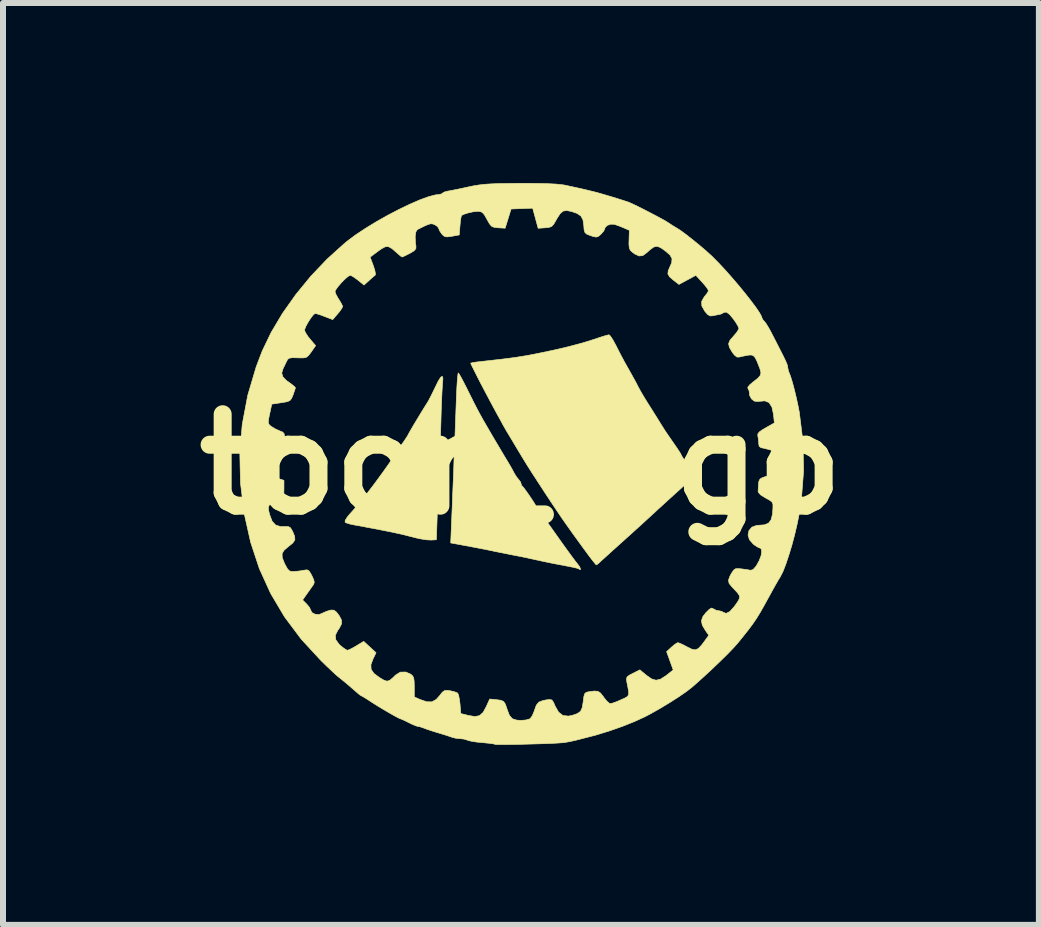
<source format=kicad_pcb>
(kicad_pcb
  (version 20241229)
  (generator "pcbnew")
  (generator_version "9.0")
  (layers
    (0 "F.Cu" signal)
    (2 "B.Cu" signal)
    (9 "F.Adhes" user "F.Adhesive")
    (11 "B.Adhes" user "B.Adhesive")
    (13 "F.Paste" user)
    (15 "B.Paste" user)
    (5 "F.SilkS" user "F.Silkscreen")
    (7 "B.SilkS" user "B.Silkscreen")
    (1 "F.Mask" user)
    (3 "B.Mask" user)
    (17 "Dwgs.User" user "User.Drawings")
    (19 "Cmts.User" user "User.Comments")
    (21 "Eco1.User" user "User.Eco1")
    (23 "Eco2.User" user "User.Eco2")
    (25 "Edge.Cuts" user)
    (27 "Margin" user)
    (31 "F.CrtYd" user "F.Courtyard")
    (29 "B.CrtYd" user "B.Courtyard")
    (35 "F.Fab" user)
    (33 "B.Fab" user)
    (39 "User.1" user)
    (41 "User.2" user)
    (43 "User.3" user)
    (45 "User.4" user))
  (footprint "toor_logo"
    (layer "F.Cu")
    (at 5.632 4.688)
    (property "Reference" "toor_logo" (at 0 0 0) (layer "F.SilkS") (effects (font (size 1.524 1.524) (thickness 0.3))))
    (attr through_hole)
    (fp_poly (pts (xy -1.301 -1.436) (xy -1.305 -1.368) (xy -1.31 -1.31) (xy -1.316 -1.21) (xy -1.322 -1.078) (xy -1.328 -0.924) (xy -1.333 -0.757) (xy -1.334 -0.711) (xy -1.34 -0.532) (xy -1.346 -0.354) (xy -1.352 -0.189) (xy -1.357 -0.049) (xy -1.362 0.053) (xy -1.363 0.064) (xy -1.368 0.165) (xy -1.375 0.304) (xy -1.381 0.467) (xy -1.388 0.64) (xy -1.393 0.775) (xy -1.41 1.257) (xy -1.499 1.262) (xy -1.573 1.258) (xy -1.67 1.243) (xy -1.74 1.228) (xy -1.839 1.203) (xy -1.933 1.179) (xy -1.981 1.167) (xy -2.05 1.152) (xy -2.156 1.129) (xy -2.286 1.103) (xy -2.428 1.075) (xy -2.568 1.049) (xy -2.693 1.025) (xy -2.769 1.012) (xy -2.85 0.995) (xy -2.911 0.976) (xy -2.931 0.965) (xy -2.929 0.934) (xy -2.893 0.877) (xy -2.855 0.831) (xy -2.805 0.775) (xy -2.762 0.726) (xy -2.718 0.673) (xy -2.662 0.605) (xy -2.586 0.51) (xy -2.563 0.482) (xy -2.51 0.413) (xy -2.443 0.325) (xy -2.371 0.227) (xy -2.298 0.127) (xy -2.232 0.034) (xy -2.178 -0.043) (xy -2.144 -0.096) (xy -2.134 -0.114) (xy -2.12 -0.139) (xy -2.083 -0.195) (xy -2.03 -0.272) (xy -2.007 -0.305) (xy -1.949 -0.386) (xy -1.905 -0.452) (xy -1.882 -0.49) (xy -1.88 -0.495) (xy -1.867 -0.52) (xy -1.833 -0.579) (xy -1.784 -0.663) (xy -1.724 -0.762) (xy -1.66 -0.868) (xy -1.596 -0.972) (xy -1.552 -1.041) (xy -1.522 -1.096) (xy -1.48 -1.179) (xy -1.434 -1.274) (xy -1.43 -1.282) (xy -1.377 -1.39) (xy -1.337 -1.452) (xy -1.311 -1.467) (xy -1.301 -1.436)) (stroke (width 0.01) (type solid)) (fill yes) (layer "F.SilkS"))
    (fp_poly (pts (xy -1.028 -1.501) (xy -0.994 -1.442) (xy -0.948 -1.354) (xy -0.893 -1.246) (xy -0.883 -1.225) (xy -0.829 -1.117) (xy -0.781 -1.021) (xy -0.734 -0.93) (xy -0.685 -0.838) (xy -0.63 -0.739) (xy -0.565 -0.627) (xy -0.488 -0.494) (xy -0.394 -0.335) (xy -0.28 -0.143) (xy -0.186 0.013) (xy -0.153 0.071) (xy -0.115 0.142) (xy -0.114 0.145) (xy -0.075 0.208) (xy -0.038 0.254) (xy -0.036 0.256) (xy -0.005 0.298) (xy 0 0.318) (xy 0.012 0.355) (xy 0.019 0.36) (xy 0.04 0.383) (xy 0.08 0.436) (xy 0.13 0.507) (xy 0.18 0.581) (xy 0.223 0.647) (xy 0.249 0.692) (xy 0.251 0.697) (xy 0.276 0.739) (xy 0.283 0.748) (xy 0.304 0.776) (xy 0.349 0.839) (xy 0.414 0.93) (xy 0.494 1.042) (xy 0.584 1.169) (xy 0.601 1.193) (xy 0.694 1.324) (xy 0.78 1.443) (xy 0.854 1.544) (xy 0.909 1.618) (xy 0.942 1.659) (xy 0.944 1.662) (xy 0.975 1.703) (xy 0.991 1.739) (xy 0.988 1.757) (xy 0.965 1.744) (xy 0.962 1.741) (xy 0.933 1.731) (xy 0.869 1.716) (xy 0.799 1.702) (xy 0.631 1.67) (xy 0.492 1.643) (xy 0.363 1.616) (xy 0.229 1.587) (xy 0.117 1.562) (xy 0.008 1.539) (xy -0.076 1.523) (xy -0.076 1.523) (xy -0.158 1.507) (xy -0.267 1.485) (xy -0.382 1.462) (xy -0.394 1.46) (xy -0.551 1.427) (xy -0.678 1.402) (xy -0.793 1.38) (xy -0.914 1.357) (xy -0.985 1.344) (xy -1.171 1.31) (xy -1.156 0.956) (xy -1.151 0.829) (xy -1.144 0.664) (xy -1.137 0.472) (xy -1.128 0.265) (xy -1.12 0.056) (xy -1.116 -0.073) (xy -1.108 -0.281) (xy -1.099 -0.495) (xy -1.091 -0.705) (xy -1.084 -0.898) (xy -1.078 -1.059) (xy -1.075 -1.137) (xy -1.069 -1.27) (xy -1.062 -1.384) (xy -1.054 -1.469) (xy -1.048 -1.516) (xy -1.044 -1.523) (xy -1.028 -1.501)) (stroke (width 0.01) (type solid)) (fill yes) (layer "F.SilkS"))
    (fp_poly (pts (xy 1.49 -2.138) (xy 1.528 -2.081) (xy 1.573 -2) (xy 1.586 -1.975) (xy 1.647 -1.854) (xy 1.718 -1.72) (xy 1.778 -1.613) (xy 1.835 -1.512) (xy 1.889 -1.414) (xy 1.93 -1.339) (xy 1.932 -1.333) (xy 1.962 -1.276) (xy 1.989 -1.226) (xy 2.02 -1.173) (xy 2.059 -1.107) (xy 2.113 -1.02) (xy 2.188 -0.902) (xy 2.204 -0.876) (xy 2.27 -0.771) (xy 2.328 -0.677) (xy 2.372 -0.607) (xy 2.394 -0.572) (xy 2.424 -0.527) (xy 2.473 -0.455) (xy 2.532 -0.37) (xy 2.546 -0.35) (xy 2.602 -0.269) (xy 2.644 -0.205) (xy 2.666 -0.168) (xy 2.667 -0.164) (xy 2.682 -0.134) (xy 2.719 -0.078) (xy 2.771 -0.009) (xy 2.826 0.061) (xy 2.864 0.104) (xy 2.923 0.17) (xy 2.687 0.383) (xy 2.576 0.483) (xy 2.458 0.59) (xy 2.351 0.688) (xy 2.285 0.748) (xy 2.165 0.859) (xy 2.014 0.997) (xy 1.83 1.164) (xy 1.61 1.362) (xy 1.499 1.462) (xy 1.42 1.534) (xy 1.352 1.595) (xy 1.308 1.636) (xy 1.3 1.644) (xy 1.266 1.671) (xy 1.255 1.676) (xy 1.237 1.657) (xy 1.195 1.605) (xy 1.137 1.53) (xy 1.091 1.467) (xy 1.022 1.373) (xy 0.961 1.289) (xy 0.917 1.228) (xy 0.901 1.206) (xy 0.868 1.161) (xy 0.817 1.089) (xy 0.758 1.006) (xy 0.756 1.003) (xy 0.688 0.906) (xy 0.6 0.776) (xy 0.499 0.625) (xy 0.391 0.461) (xy 0.283 0.295) (xy 0.181 0.138) (xy 0.093 -0.001) (xy 0.025 -0.112) (xy 0.008 -0.14) (xy -0.018 -0.184) (xy -0.063 -0.258) (xy -0.118 -0.35) (xy -0.144 -0.394) (xy -0.2 -0.487) (xy -0.248 -0.567) (xy -0.279 -0.622) (xy -0.287 -0.635) (xy -0.308 -0.673) (xy -0.346 -0.744) (xy -0.396 -0.834) (xy -0.419 -0.876) (xy -0.468 -0.967) (xy -0.527 -1.077) (xy -0.591 -1.198) (xy -0.656 -1.321) (xy -0.717 -1.439) (xy -0.769 -1.543) (xy -0.81 -1.624) (xy -0.834 -1.674) (xy -0.838 -1.685) (xy -0.815 -1.693) (xy -0.755 -1.703) (xy -0.679 -1.712) (xy -0.481 -1.734) (xy -0.323 -1.752) (xy -0.196 -1.768) (xy -0.091 -1.782) (xy 0.003 -1.797) (xy 0.096 -1.812) (xy 0.196 -1.831) (xy 0.267 -1.845) (xy 0.535 -1.901) (xy 0.789 -1.96) (xy 1.015 -2.02) (xy 1.203 -2.078) (xy 1.22 -2.084) (xy 1.32 -2.117) (xy 1.403 -2.143) (xy 1.456 -2.157) (xy 1.466 -2.159) (xy 1.49 -2.138)) (stroke (width 0.01) (type solid)) (fill yes) (layer "F.SilkS"))
    (fp_poly (pts (xy 0.229 -4.682) (xy 0.433 -4.678) (xy 0.589 -4.67) (xy 0.698 -4.658) (xy 0.724 -4.654) (xy 0.906 -4.615) (xy 1.049 -4.583) (xy 1.165 -4.555) (xy 1.265 -4.53) (xy 1.36 -4.503) (xy 1.462 -4.473) (xy 1.486 -4.466) (xy 1.597 -4.432) (xy 1.695 -4.401) (xy 1.765 -4.378) (xy 1.791 -4.37) (xy 1.85 -4.344) (xy 1.94 -4.301) (xy 2.05 -4.246) (xy 2.166 -4.186) (xy 2.278 -4.127) (xy 2.372 -4.076) (xy 2.437 -4.038) (xy 2.451 -4.029) (xy 2.525 -3.98) (xy 2.596 -3.937) (xy 2.597 -3.937) (xy 2.661 -3.896) (xy 2.752 -3.829) (xy 2.859 -3.745) (xy 2.971 -3.654) (xy 3.079 -3.562) (xy 3.17 -3.48) (xy 3.188 -3.463) (xy 3.29 -3.36) (xy 3.401 -3.241) (xy 3.516 -3.111) (xy 3.631 -2.977) (xy 3.739 -2.845) (xy 3.836 -2.721) (xy 3.917 -2.613) (xy 3.976 -2.525) (xy 4.008 -2.466) (xy 4.013 -2.448) (xy 4.031 -2.409) (xy 4.051 -2.388) (xy 4.082 -2.35) (xy 4.124 -2.282) (xy 4.162 -2.214) (xy 4.252 -2.039) (xy 4.321 -1.904) (xy 4.372 -1.803) (xy 4.407 -1.73) (xy 4.429 -1.68) (xy 4.441 -1.646) (xy 4.445 -1.623) (xy 4.445 -1.618) (xy 4.457 -1.555) (xy 4.469 -1.527) (xy 4.492 -1.468) (xy 4.522 -1.371) (xy 4.555 -1.248) (xy 4.588 -1.112) (xy 4.618 -0.974) (xy 4.639 -0.864) (xy 4.699 -0.378) (xy 4.71 0.104) (xy 4.673 0.587) (xy 4.639 0.813) (xy 4.605 0.984) (xy 4.563 1.165) (xy 4.515 1.346) (xy 4.463 1.517) (xy 4.412 1.669) (xy 4.364 1.792) (xy 4.321 1.875) (xy 4.318 1.88) (xy 4.289 1.927) (xy 4.243 2.007) (xy 4.186 2.109) (xy 4.131 2.21) (xy 4.051 2.355) (xy 3.985 2.471) (xy 3.925 2.569) (xy 3.862 2.661) (xy 3.789 2.759) (xy 3.697 2.875) (xy 3.615 2.976) (xy 3.544 3.056) (xy 3.443 3.161) (xy 3.319 3.283) (xy 3.181 3.415) (xy 3.037 3.548) (xy 2.895 3.675) (xy 2.856 3.709) (xy 2.76 3.784) (xy 2.63 3.874) (xy 2.478 3.971) (xy 2.316 4.069) (xy 2.156 4.159) (xy 2.069 4.205) (xy 1.897 4.284) (xy 1.693 4.366) (xy 1.473 4.443) (xy 1.255 4.51) (xy 1.118 4.546) (xy 1.035 4.567) (xy 0.939 4.592) (xy 0.914 4.598) (xy 0.817 4.62) (xy 0.719 4.637) (xy 0.699 4.639) (xy 0.629 4.644) (xy 0.527 4.65) (xy 0.4 4.655) (xy 0.258 4.659) (xy 0.109 4.663) (xy -0.038 4.667) (xy -0.173 4.669) (xy -0.288 4.67) (xy -0.375 4.67) (xy -0.424 4.668) (xy -0.432 4.666) (xy -0.461 4.658) (xy -0.529 4.649) (xy -0.62 4.64) (xy -0.643 4.638) (xy -0.744 4.628) (xy -0.83 4.614) (xy -0.884 4.6) (xy -0.889 4.598) (xy -0.949 4.579) (xy -1.013 4.572) (xy -1.091 4.564) (xy -1.148 4.549) (xy -1.2 4.531) (xy -1.284 4.504) (xy -1.383 4.474) (xy -1.397 4.47) (xy -1.494 4.44) (xy -1.576 4.412) (xy -1.627 4.393) (xy -1.632 4.391) (xy -1.688 4.372) (xy -1.713 4.369) (xy -1.755 4.357) (xy -1.823 4.328) (xy -1.869 4.305) (xy -1.94 4.27) (xy -1.991 4.247) (xy -2.007 4.242) (xy -2.037 4.229) (xy -2.1 4.196) (xy -2.185 4.148) (xy -2.282 4.091) (xy -2.382 4.031) (xy -2.473 3.974) (xy -2.534 3.934) (xy -2.598 3.893) (xy -2.643 3.866) (xy -2.655 3.861) (xy -2.681 3.846) (xy -2.711 3.822) (xy -2.758 3.781) (xy -2.822 3.726) (xy -2.845 3.705) (xy -2.923 3.639) (xy -3.005 3.572) (xy -3.021 3.56) (xy -3.074 3.516) (xy -3.151 3.445) (xy -3.243 3.358) (xy -3.339 3.264) (xy -3.664 2.911) (xy -3.941 2.541) (xy -4.172 2.151) (xy -4.36 1.738) (xy -4.505 1.299) (xy -4.61 0.831) (xy -4.613 0.813) (xy -4.674 0.314) (xy -4.681 0.022) (xy -4.267 0.022) (xy -4.261 0.098) (xy -4.246 0.146) (xy -4.212 0.171) (xy -4.146 0.202) (xy -4.088 0.222) (xy -3.95 0.267) (xy -3.95 0.404) (xy -3.952 0.484) (xy -3.962 0.529) (xy -3.99 0.553) (xy -4.032 0.569) (xy -4.107 0.606) (xy -4.168 0.651) (xy -4.199 0.687) (xy -4.21 0.722) (xy -4.204 0.775) (xy -4.188 0.839) (xy -4.147 0.948) (xy -4.088 1.012) (xy -4.004 1.038) (xy -3.945 1.037) (xy -3.88 1.036) (xy -3.841 1.057) (xy -3.808 1.113) (xy -3.805 1.118) (xy -3.771 1.201) (xy -3.768 1.26) (xy -3.803 1.312) (xy -3.874 1.369) (xy -3.946 1.43) (xy -3.981 1.487) (xy -3.979 1.554) (xy -3.943 1.645) (xy -3.928 1.676) (xy -3.889 1.745) (xy -3.855 1.778) (xy -3.811 1.787) (xy -3.782 1.786) (xy -3.694 1.778) (xy -3.617 1.765) (xy -3.567 1.758) (xy -3.535 1.773) (xy -3.504 1.819) (xy -3.484 1.857) (xy -3.453 1.926) (xy -3.445 1.97) (xy -3.458 2.005) (xy -3.468 2.018) (xy -3.506 2.072) (xy -3.556 2.143) (xy -3.572 2.165) (xy -3.639 2.261) (xy -3.572 2.328) (xy -3.528 2.38) (xy -3.506 2.423) (xy -3.505 2.428) (xy -3.483 2.471) (xy -3.431 2.498) (xy -3.369 2.503) (xy -3.343 2.495) (xy -3.238 2.449) (xy -3.167 2.428) (xy -3.116 2.431) (xy -3.075 2.462) (xy -3.031 2.52) (xy -3.028 2.524) (xy -2.991 2.595) (xy -2.99 2.658) (xy -3.027 2.731) (xy -3.052 2.766) (xy -3.093 2.846) (xy -3.087 2.922) (xy -3.031 2.999) (xy -3.009 3.02) (xy -2.95 3.067) (xy -2.904 3.095) (xy -2.891 3.099) (xy -2.855 3.086) (xy -2.793 3.054) (xy -2.742 3.024) (xy -2.621 2.95) (xy -2.415 3.14) (xy -2.466 3.244) (xy -2.501 3.34) (xy -2.497 3.417) (xy -2.449 3.486) (xy -2.357 3.554) (xy -2.283 3.598) (xy -2.231 3.614) (xy -2.185 3.599) (xy -2.13 3.552) (xy -2.09 3.512) (xy -2.011 3.463) (xy -1.92 3.461) (xy -1.841 3.495) (xy -1.807 3.523) (xy -1.788 3.559) (xy -1.78 3.618) (xy -1.778 3.706) (xy -1.778 3.876) (xy -1.681 3.919) (xy -1.57 3.957) (xy -1.484 3.958) (xy -1.412 3.918) (xy -1.359 3.859) (xy -1.311 3.798) (xy -1.273 3.771) (xy -1.226 3.767) (xy -1.182 3.773) (xy -1.111 3.789) (xy -1.061 3.809) (xy -1.054 3.814) (xy -1.039 3.85) (xy -1.025 3.921) (xy -1.016 3.995) (xy -1.003 4.153) (xy -0.876 4.185) (xy -0.768 4.203) (xy -0.691 4.188) (xy -0.631 4.134) (xy -0.579 4.039) (xy -0.521 3.911) (xy -0.41 3.922) (xy -0.335 3.932) (xy -0.29 3.952) (xy -0.261 3.994) (xy -0.234 4.071) (xy -0.229 4.089) (xy -0.192 4.185) (xy -0.143 4.24) (xy -0.07 4.263) (xy 0 4.267) (xy 0.079 4.261) (xy 0.141 4.244) (xy 0.156 4.235) (xy 0.187 4.192) (xy 0.217 4.122) (xy 0.225 4.099) (xy 0.256 4.013) (xy 0.298 3.963) (xy 0.368 3.936) (xy 0.419 3.926) (xy 0.48 3.919) (xy 0.516 3.928) (xy 0.542 3.965) (xy 0.568 4.026) (xy 0.626 4.129) (xy 0.698 4.185) (xy 0.79 4.196) (xy 0.859 4.182) (xy 0.942 4.153) (xy 0.993 4.116) (xy 1.02 4.057) (xy 1.036 3.964) (xy 1.038 3.947) (xy 1.049 3.865) (xy 1.064 3.82) (xy 1.09 3.799) (xy 1.13 3.79) (xy 1.223 3.778) (xy 1.282 3.783) (xy 1.325 3.811) (xy 1.37 3.867) (xy 1.378 3.88) (xy 1.427 3.942) (xy 1.471 3.981) (xy 1.489 3.988) (xy 1.532 3.978) (xy 1.603 3.952) (xy 1.668 3.923) (xy 1.735 3.893) (xy 1.775 3.869) (xy 1.794 3.838) (xy 1.795 3.79) (xy 1.781 3.711) (xy 1.765 3.632) (xy 1.758 3.578) (xy 1.768 3.543) (xy 1.807 3.513) (xy 1.864 3.484) (xy 1.981 3.425) (xy 2.095 3.519) (xy 2.179 3.577) (xy 2.251 3.598) (xy 2.326 3.58) (xy 2.415 3.523) (xy 2.442 3.502) (xy 2.537 3.427) (xy 2.482 3.274) (xy 2.427 3.122) (xy 2.508 3.047) (xy 2.563 3.001) (xy 2.606 2.974) (xy 2.615 2.972) (xy 2.65 2.983) (xy 2.714 3.013) (xy 2.768 3.042) (xy 2.848 3.081) (xy 2.906 3.092) (xy 2.957 3.069) (xy 3.012 3.01) (xy 3.054 2.954) (xy 3.13 2.849) (xy 3.078 2.775) (xy 3.022 2.682) (xy 3.007 2.607) (xy 3.032 2.536) (xy 3.082 2.472) (xy 3.139 2.416) (xy 3.175 2.395) (xy 3.202 2.405) (xy 3.204 2.407) (xy 3.255 2.433) (xy 3.289 2.438) (xy 3.346 2.451) (xy 3.371 2.466) (xy 3.419 2.484) (xy 3.48 2.454) (xy 3.552 2.374) (xy 3.579 2.337) (xy 3.622 2.274) (xy 3.643 2.229) (xy 3.641 2.19) (xy 3.612 2.145) (xy 3.553 2.081) (xy 3.512 2.038) (xy 3.468 1.983) (xy 3.458 1.93) (xy 3.482 1.864) (xy 3.507 1.818) (xy 3.543 1.764) (xy 3.577 1.74) (xy 3.63 1.738) (xy 3.679 1.743) (xy 3.756 1.753) (xy 3.813 1.763) (xy 3.827 1.766) (xy 3.869 1.753) (xy 3.92 1.695) (xy 3.971 1.603) (xy 4.001 1.524) (xy 4.012 1.455) (xy 4.004 1.408) (xy 3.986 1.397) (xy 3.951 1.383) (xy 3.894 1.347) (xy 3.872 1.33) (xy 3.808 1.258) (xy 3.784 1.179) (xy 3.799 1.105) (xy 3.848 1.047) (xy 3.929 1.017) (xy 3.957 1.016) (xy 4.059 1.008) (xy 4.127 0.979) (xy 4.169 0.922) (xy 4.192 0.829) (xy 4.199 0.726) (xy 4.199 0.667) (xy 4.184 0.629) (xy 4.143 0.597) (xy 4.077 0.561) (xy 3.993 0.509) (xy 3.954 0.464) (xy 3.952 0.451) (xy 3.957 0.348) (xy 3.964 0.284) (xy 3.983 0.246) (xy 4.02 0.223) (xy 4.084 0.201) (xy 4.121 0.19) (xy 4.28 0.14) (xy 4.272 -0.013) (xy 4.259 -0.124) (xy 4.224 -0.196) (xy 4.161 -0.239) (xy 4.065 -0.264) (xy 3.999 -0.278) (xy 3.969 -0.302) (xy 3.962 -0.346) (xy 3.962 -0.35) (xy 3.956 -0.424) (xy 3.947 -0.473) (xy 3.947 -0.506) (xy 3.971 -0.539) (xy 4.028 -0.579) (xy 4.078 -0.608) (xy 4.223 -0.69) (xy 4.208 -0.834) (xy 4.182 -0.954) (xy 4.134 -1.029) (xy 4.064 -1.058) (xy 4.01 -1.053) (xy 3.938 -1.047) (xy 3.888 -1.054) (xy 3.842 -1.09) (xy 3.81 -1.149) (xy 3.806 -1.203) (xy 3.797 -1.239) (xy 3.785 -1.257) (xy 3.78 -1.285) (xy 3.81 -1.323) (xy 3.872 -1.375) (xy 3.948 -1.435) (xy 3.988 -1.481) (xy 3.999 -1.525) (xy 3.986 -1.581) (xy 3.978 -1.604) (xy 3.936 -1.711) (xy 3.903 -1.778) (xy 3.871 -1.812) (xy 3.833 -1.823) (xy 3.786 -1.819) (xy 3.708 -1.804) (xy 3.643 -1.789) (xy 3.641 -1.788) (xy 3.599 -1.788) (xy 3.558 -1.82) (xy 3.52 -1.87) (xy 3.473 -1.95) (xy 3.46 -2.011) (xy 3.484 -2.069) (xy 3.544 -2.138) (xy 3.595 -2.198) (xy 3.626 -2.248) (xy 3.632 -2.265) (xy 3.617 -2.303) (xy 3.58 -2.365) (xy 3.542 -2.419) (xy 3.475 -2.5) (xy 3.422 -2.537) (xy 3.38 -2.531) (xy 3.369 -2.523) (xy 3.331 -2.504) (xy 3.308 -2.498) (xy 3.249 -2.487) (xy 3.199 -2.476) (xy 3.152 -2.473) (xy 3.11 -2.497) (xy 3.063 -2.552) (xy 3.014 -2.639) (xy 3.011 -2.715) (xy 3.055 -2.793) (xy 3.072 -2.812) (xy 3.11 -2.861) (xy 3.124 -2.895) (xy 3.108 -2.927) (xy 3.066 -2.982) (xy 3.019 -3.036) (xy 2.914 -3.15) (xy 2.774 -3.074) (xy 2.633 -2.998) (xy 2.547 -3.064) (xy 2.478 -3.123) (xy 2.448 -3.173) (xy 2.454 -3.227) (xy 2.472 -3.268) (xy 2.512 -3.36) (xy 2.517 -3.428) (xy 2.483 -3.489) (xy 2.407 -3.555) (xy 2.402 -3.559) (xy 2.326 -3.612) (xy 2.268 -3.634) (xy 2.214 -3.622) (xy 2.15 -3.576) (xy 2.096 -3.527) (xy 2.031 -3.479) (xy 1.969 -3.472) (xy 1.897 -3.505) (xy 1.856 -3.535) (xy 1.822 -3.567) (xy 1.805 -3.607) (xy 1.799 -3.67) (xy 1.801 -3.742) (xy 1.806 -3.9) (xy 1.71 -3.942) (xy 1.633 -3.973) (xy 1.567 -3.996) (xy 1.557 -4) (xy 1.494 -4.002) (xy 1.435 -3.98) (xy 1.4 -3.943) (xy 1.397 -3.928) (xy 1.38 -3.889) (xy 1.338 -3.84) (xy 1.333 -3.835) (xy 1.289 -3.798) (xy 1.252 -3.787) (xy 1.199 -3.798) (xy 1.161 -3.811) (xy 1.098 -3.835) (xy 1.066 -3.863) (xy 1.052 -3.91) (xy 1.047 -3.979) (xy 1.033 -4.075) (xy 0.999 -4.138) (xy 0.934 -4.182) (xy 0.844 -4.213) (xy 0.762 -4.23) (xy 0.702 -4.22) (xy 0.652 -4.177) (xy 0.599 -4.095) (xy 0.588 -4.074) (xy 0.546 -4.002) (xy 0.511 -3.964) (xy 0.464 -3.948) (xy 0.403 -3.942) (xy 0.286 -3.934) (xy 0.195 -4.269) (xy 0.015 -4.262) (xy -0.165 -4.255) (xy -0.214 -4.095) (xy -0.264 -3.935) (xy -0.379 -3.942) (xy -0.446 -3.949) (xy -0.489 -3.967) (xy -0.524 -4.007) (xy -0.566 -4.081) (xy -0.567 -4.083) (xy -0.61 -4.159) (xy -0.646 -4.199) (xy -0.685 -4.214) (xy -0.722 -4.216) (xy -0.793 -4.209) (xy -0.876 -4.191) (xy -0.949 -4.168) (xy -0.991 -4.147) (xy -0.999 -4.118) (xy -1.009 -4.053) (xy -1.016 -3.98) (xy -1.029 -3.823) (xy -1.149 -3.801) (xy -1.225 -3.79) (xy -1.271 -3.796) (xy -1.305 -3.822) (xy -1.32 -3.839) (xy -1.356 -3.892) (xy -1.371 -3.931) (xy -1.392 -3.964) (xy -1.437 -3.993) (xy -1.471 -4.006) (xy -1.504 -4.009) (xy -1.548 -3.997) (xy -1.613 -3.969) (xy -1.711 -3.92) (xy -1.727 -3.912) (xy -1.752 -3.873) (xy -1.763 -3.797) (xy -1.759 -3.693) (xy -1.75 -3.635) (xy -1.752 -3.594) (xy -1.779 -3.56) (xy -1.843 -3.521) (xy -1.854 -3.515) (xy -1.922 -3.481) (xy -1.969 -3.459) (xy -1.981 -3.455) (xy -2.006 -3.471) (xy -2.052 -3.51) (xy -2.071 -3.527) (xy -2.149 -3.595) (xy -2.208 -3.628) (xy -2.262 -3.626) (xy -2.328 -3.59) (xy -2.381 -3.552) (xy -2.514 -3.453) (xy -2.461 -3.312) (xy -2.436 -3.234) (xy -2.425 -3.176) (xy -2.429 -3.153) (xy -2.461 -3.127) (xy -2.513 -3.081) (xy -2.533 -3.062) (xy -2.616 -2.988) (xy -2.716 -3.069) (xy -2.78 -3.116) (xy -2.83 -3.145) (xy -2.847 -3.15) (xy -2.882 -3.131) (xy -2.936 -3.085) (xy -2.996 -3.023) (xy -3.051 -2.959) (xy -3.089 -2.905) (xy -3.099 -2.879) (xy -3.085 -2.836) (xy -3.051 -2.773) (xy -3.035 -2.749) (xy -2.997 -2.686) (xy -2.974 -2.64) (xy -2.972 -2.629) (xy -2.988 -2.596) (xy -3.027 -2.541) (xy -3.055 -2.508) (xy -3.137 -2.412) (xy -3.271 -2.463) (xy -3.348 -2.492) (xy -3.408 -2.51) (xy -3.43 -2.515) (xy -3.458 -2.494) (xy -3.499 -2.443) (xy -3.543 -2.375) (xy -3.581 -2.307) (xy -3.604 -2.251) (xy -3.607 -2.235) (xy -3.591 -2.194) (xy -3.551 -2.132) (xy -3.514 -2.086) (xy -3.422 -1.978) (xy -3.495 -1.873) (xy -3.538 -1.816) (xy -3.574 -1.785) (xy -3.621 -1.774) (xy -3.696 -1.774) (xy -3.722 -1.775) (xy -3.808 -1.777) (xy -3.858 -1.77) (xy -3.887 -1.75) (xy -3.909 -1.711) (xy -3.909 -1.71) (xy -3.941 -1.643) (xy -3.965 -1.594) (xy -3.987 -1.522) (xy -3.969 -1.46) (xy -3.908 -1.396) (xy -3.873 -1.372) (xy -3.81 -1.325) (xy -3.769 -1.289) (xy -3.759 -1.276) (xy -3.768 -1.244) (xy -3.789 -1.183) (xy -3.799 -1.154) (xy -3.824 -1.097) (xy -3.851 -1.063) (xy -3.896 -1.044) (xy -3.974 -1.03) (xy -3.996 -1.027) (xy -4.153 -1.003) (xy -4.188 -0.841) (xy -4.206 -0.753) (xy -4.211 -0.7) (xy -4.201 -0.668) (xy -4.176 -0.642) (xy -4.162 -0.632) (xy -4.093 -0.59) (xy -4.02 -0.557) (xy -3.97 -0.537) (xy -3.946 -0.508) (xy -3.938 -0.455) (xy -3.937 -0.405) (xy -3.942 -0.323) (xy -3.966 -0.273) (xy -4.018 -0.242) (xy -4.11 -0.22) (xy -4.112 -0.219) (xy -4.182 -0.2) (xy -4.231 -0.176) (xy -4.233 -0.175) (xy -4.252 -0.134) (xy -4.264 -0.062) (xy -4.267 0.022) (xy -4.681 0.022) (xy -4.685 -0.179) (xy -4.645 -0.666) (xy -4.554 -1.148) (xy -4.413 -1.624) (xy -4.313 -1.887) (xy -4.164 -2.197) (xy -3.975 -2.515) (xy -3.752 -2.83) (xy -3.502 -3.135) (xy -3.232 -3.419) (xy -2.95 -3.674) (xy -2.896 -3.719) (xy -2.754 -3.825) (xy -2.589 -3.934) (xy -2.409 -4.044) (xy -2.221 -4.15) (xy -2.033 -4.248) (xy -1.852 -4.335) (xy -1.686 -4.407) (xy -1.541 -4.46) (xy -1.426 -4.49) (xy -1.372 -4.496) (xy -1.325 -4.506) (xy -1.31 -4.518) (xy -1.277 -4.538) (xy -1.217 -4.554) (xy -1.213 -4.554) (xy -1.153 -4.565) (xy -1.058 -4.584) (xy -0.945 -4.608) (xy -0.876 -4.623) (xy -0.785 -4.642) (xy -0.697 -4.656) (xy -0.602 -4.667) (xy -0.493 -4.674) (xy -0.358 -4.679) (xy -0.189 -4.681) (xy -0.025 -4.683) (xy 0.229 -4.682)) (stroke (width 0.01) (type solid)) (fill yes) (layer "F.SilkS")))
  (gr_rect
    (start -3 -3)
    (end 14.263 12.363)
    (stroke (width 0.1) (type default))
    (fill no)
    (layer "Edge.Cuts")))
</source>
